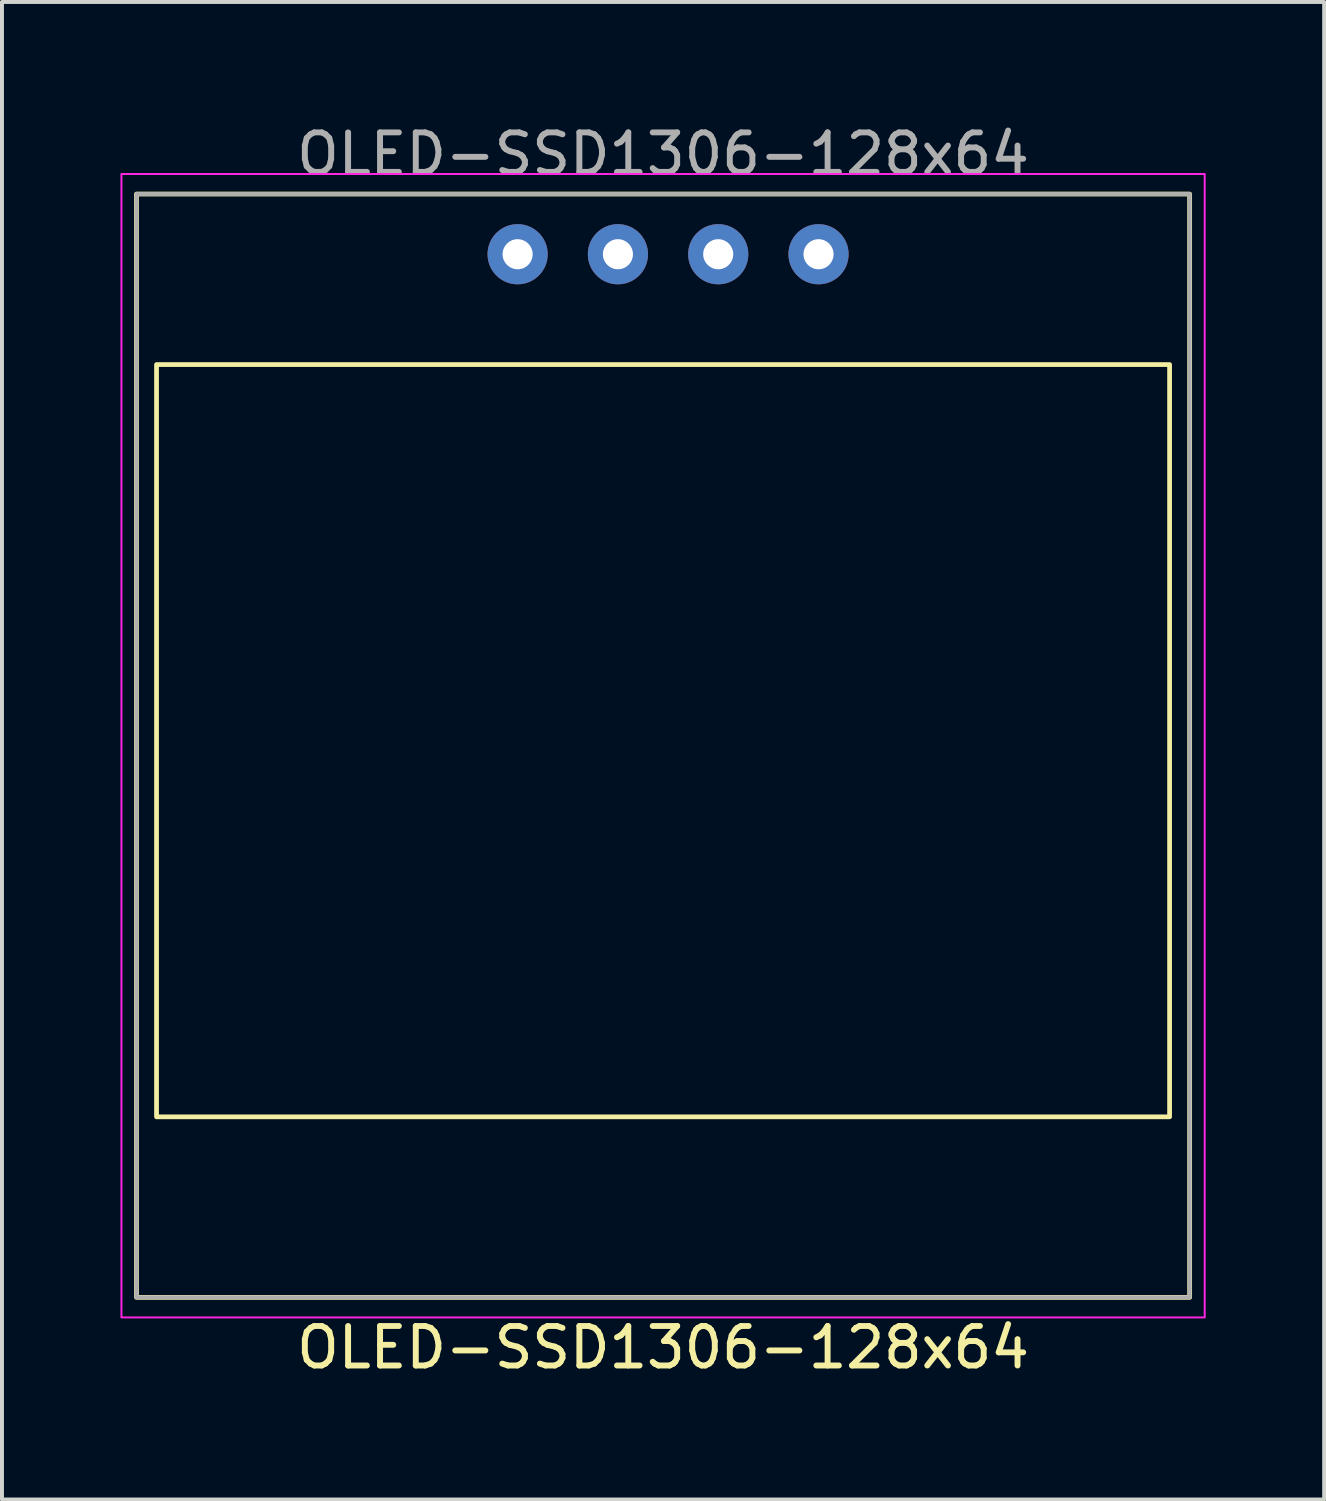
<source format=kicad_pcb>
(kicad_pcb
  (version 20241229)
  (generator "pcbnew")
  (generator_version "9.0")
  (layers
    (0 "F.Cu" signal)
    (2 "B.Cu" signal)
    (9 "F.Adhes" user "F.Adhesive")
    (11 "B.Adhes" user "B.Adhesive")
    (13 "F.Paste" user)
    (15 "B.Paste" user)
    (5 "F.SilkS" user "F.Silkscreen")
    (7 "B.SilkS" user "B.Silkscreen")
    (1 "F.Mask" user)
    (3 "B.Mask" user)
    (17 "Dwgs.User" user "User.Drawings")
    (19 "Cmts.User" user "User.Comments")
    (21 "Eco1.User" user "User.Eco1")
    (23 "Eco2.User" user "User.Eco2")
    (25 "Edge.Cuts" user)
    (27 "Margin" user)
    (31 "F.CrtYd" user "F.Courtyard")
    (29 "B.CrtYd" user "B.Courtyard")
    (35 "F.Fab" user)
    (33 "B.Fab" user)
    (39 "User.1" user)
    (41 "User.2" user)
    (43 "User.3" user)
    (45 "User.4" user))
  (footprint "OLED-SSD1306-128x64"
    (layer "F.Cu")
    (at 13.741 15.834)
    (property "Reference" "OLED-SSD1306-128x64" (at 0 15.24 0) (unlocked yes) (layer "F.SilkS") (effects (font (size 1 1) (thickness 0.15))))
    (attr through_hole)
    (fp_rect (start -13.335 -13.97) (end 13.335 13.97) (stroke (width 0.12) (type solid)) (fill no) (layer "F.SilkS"))
    (fp_rect (start -12.827 -9.652) (end 12.827 9.398) (stroke (width 0.12) (type solid)) (fill no) (layer "F.SilkS"))
    (fp_rect (start -13.716 -14.478) (end 13.716 14.478) (stroke (width 0.05) (type solid)) (fill no) (layer "F.CrtYd"))
    (fp_rect (start 13.335 -13.97) (end -13.335 13.97) (stroke (width 0.1) (type solid)) (fill no) (layer "F.Fab"))
    (fp_text user "${REFERENCE}" (at 0 -14.986 0) (unlocked yes) (layer "F.Fab") (effects (font (size 1 1) (thickness 0.15))))
    (pad "1" thru_hole circle (at -3.683 -12.446) (size 1.524 1.524) (drill 0.762) (layers "*.Cu" "*.Mask"))
    (pad "2" thru_hole circle (at -1.143 -12.446) (size 1.524 1.524) (drill 0.762) (layers "*.Cu" "*.Mask"))
    (pad "3" thru_hole circle (at 1.397 -12.446) (size 1.524 1.524) (drill 0.762) (layers "*.Cu" "*.Mask"))
    (pad "4" thru_hole circle (at 3.937 -12.446) (size 1.524 1.524) (drill 0.762) (layers "*.Cu" "*.Mask")))
  (gr_rect
    (start -3 -3)
    (end 30.482 34.922)
    (stroke (width 0.1) (type default))
    (fill no)
    (layer "Edge.Cuts")))
</source>
